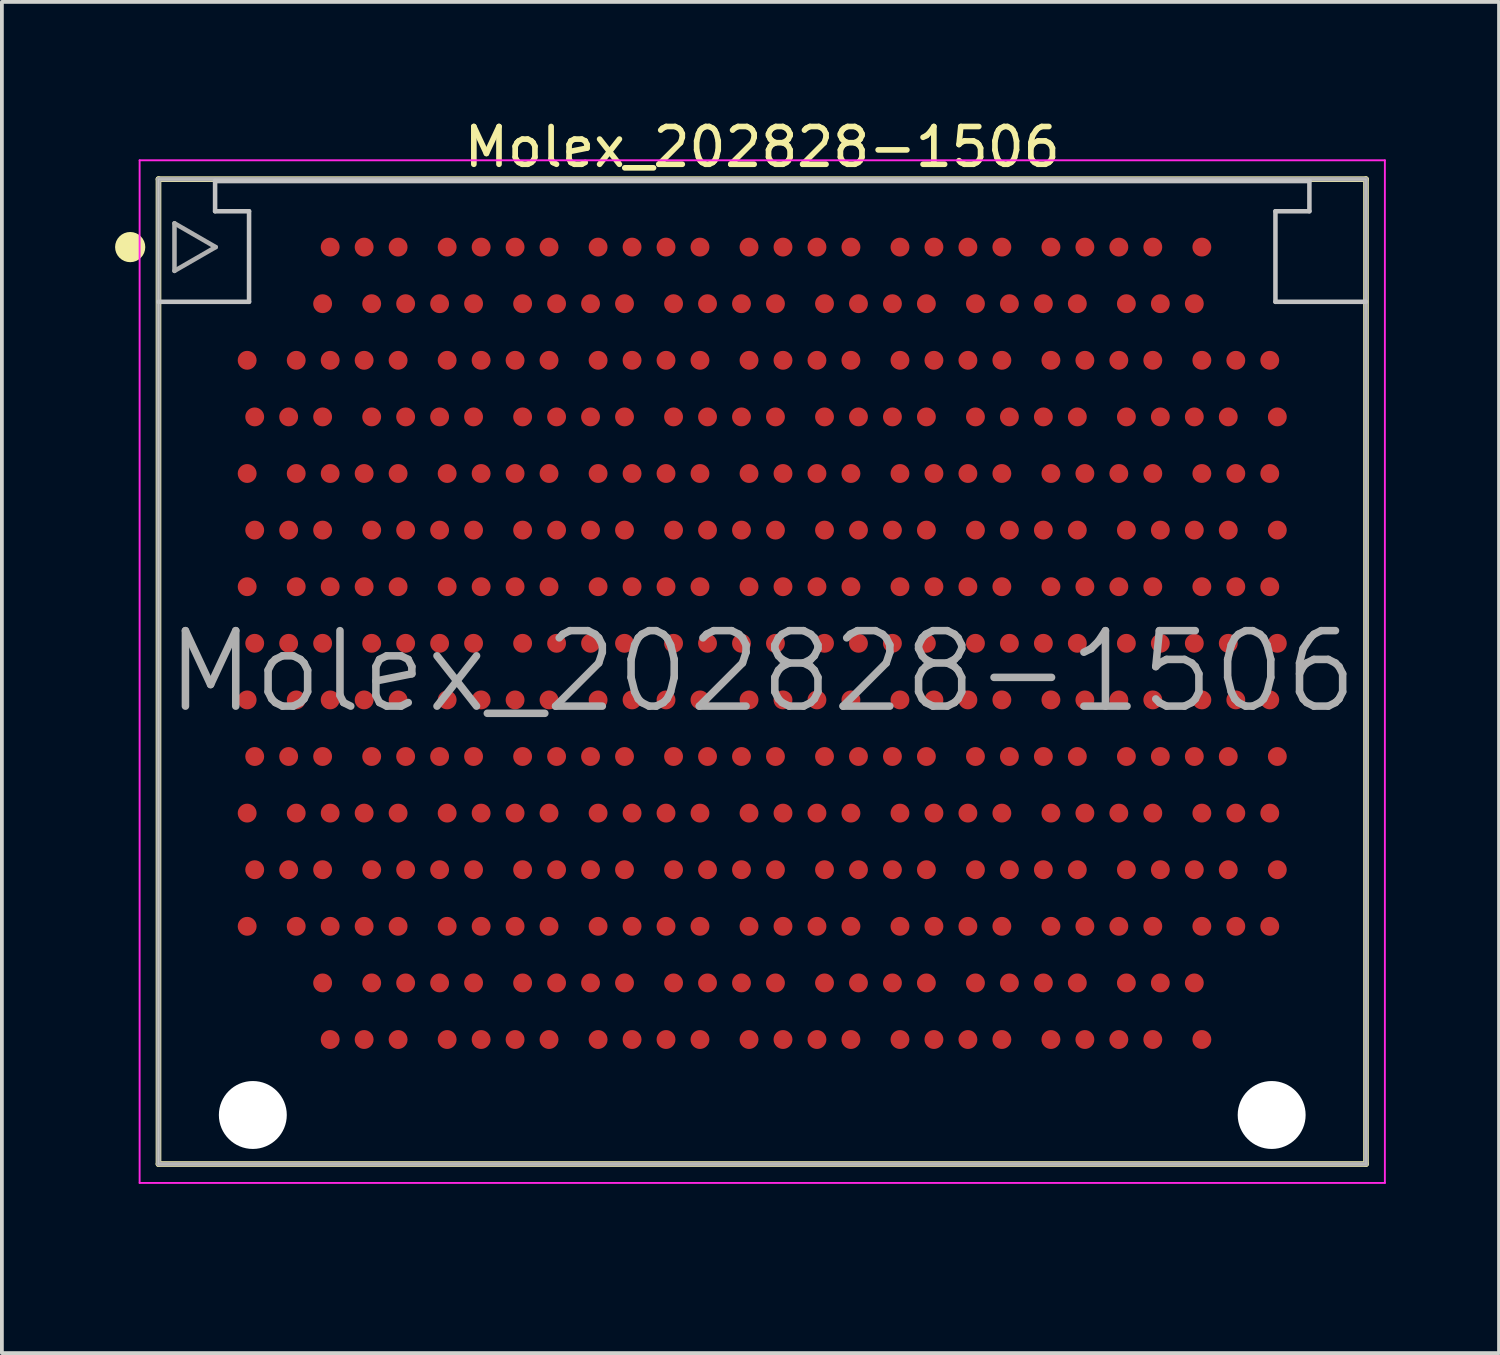
<source format=kicad_pcb>
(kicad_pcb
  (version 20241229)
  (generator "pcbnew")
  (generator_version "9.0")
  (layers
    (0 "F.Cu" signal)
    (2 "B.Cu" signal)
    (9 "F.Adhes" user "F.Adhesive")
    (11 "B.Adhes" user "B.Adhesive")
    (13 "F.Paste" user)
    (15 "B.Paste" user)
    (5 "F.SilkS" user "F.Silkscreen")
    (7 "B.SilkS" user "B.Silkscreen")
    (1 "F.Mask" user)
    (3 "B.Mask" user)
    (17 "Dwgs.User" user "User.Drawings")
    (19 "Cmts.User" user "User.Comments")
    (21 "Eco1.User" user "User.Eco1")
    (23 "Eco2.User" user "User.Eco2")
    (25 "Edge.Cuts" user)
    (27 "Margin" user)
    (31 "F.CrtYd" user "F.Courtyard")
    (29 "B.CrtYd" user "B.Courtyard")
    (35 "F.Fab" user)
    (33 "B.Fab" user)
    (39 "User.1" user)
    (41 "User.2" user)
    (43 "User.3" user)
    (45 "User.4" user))
  (footprint "Molex_202828-1506"
    (layer "F.Cu")
    (at 17.15 14.748)
    (property "Reference" "Molex_202828-1506" (at 0 -13.9 0) (layer "F.SilkS") (effects (font (size 1 1) (thickness 0.15))))
    (attr smd)
    (fp_line (start -16 -13.05) (end 16 -13.05) (stroke (width 0.15) (type solid)) (layer "F.SilkS"))
    (fp_line (start -16 13.05) (end -16 -13.05) (stroke (width 0.15) (type solid)) (layer "F.SilkS"))
    (fp_line (start 16 -13.05) (end 16 13.05) (stroke (width 0.15) (type solid)) (layer "F.SilkS"))
    (fp_line (start 16 13.05) (end -16 13.05) (stroke (width 0.15) (type solid)) (layer "F.SilkS"))
    (fp_circle (center -16.75 -11.25) (end -16.75 -11.05) (stroke (width 0.4) (type solid)) (fill no) (layer "F.SilkS"))
    (fp_line (start -16 -13.05) (end 16 -13.05) (stroke (width 0.025) (type solid)) (layer "Dwgs.User"))
    (fp_line (start -16 -9.8) (end -13.6 -9.8) (stroke (width 0.12) (type solid)) (layer "Dwgs.User"))
    (fp_line (start -16 13.05) (end -16 -13.05) (stroke (width 0.025) (type solid)) (layer "Dwgs.User"))
    (fp_line (start -14.5 -13) (end 14.5 -13) (stroke (width 0.12) (type solid)) (layer "Dwgs.User"))
    (fp_line (start -14.5 -12.2) (end -14.5 -13) (stroke (width 0.12) (type solid)) (layer "Dwgs.User"))
    (fp_line (start -13.6 -12.2) (end -14.5 -12.2) (stroke (width 0.12) (type solid)) (layer "Dwgs.User"))
    (fp_line (start -13.6 -9.8) (end -13.6 -12.2) (stroke (width 0.12) (type solid)) (layer "Dwgs.User"))
    (fp_line (start 13.6 -12.2) (end 14.5 -12.2) (stroke (width 0.12) (type solid)) (layer "Dwgs.User"))
    (fp_line (start 13.6 -9.8) (end 13.6 -12.2) (stroke (width 0.12) (type solid)) (layer "Dwgs.User"))
    (fp_line (start 14.5 -12.2) (end 14.5 -13) (stroke (width 0.12) (type solid)) (layer "Dwgs.User"))
    (fp_line (start 16 -13.05) (end 16 13.05) (stroke (width 0.025) (type solid)) (layer "Dwgs.User"))
    (fp_line (start 16 -9.8) (end 13.6 -9.8) (stroke (width 0.12) (type solid)) (layer "Dwgs.User"))
    (fp_line (start 16 13.05) (end -16 13.05) (stroke (width 0.025) (type solid)) (layer "Dwgs.User"))
    (fp_line (start -16 11.75) (end -16 -11.1) (stroke (width 0.12) (type solid)) (layer "Eco1.User"))
    (fp_line (start -16 11.75) (end -13.55 11.75) (stroke (width 0.12) (type solid)) (layer "Eco1.User"))
    (fp_line (start -14.45 14.15) (end -14.45 15) (stroke (width 0.12) (type solid)) (layer "Eco1.User"))
    (fp_line (start -13.55 11.75) (end -13.55 14.15) (stroke (width 0.12) (type solid)) (layer "Eco1.User"))
    (fp_line (start -13.55 14.15) (end -14.45 14.15) (stroke (width 0.12) (type solid)) (layer "Eco1.User"))
    (fp_line (start 13.55 11.75) (end 13.55 14.15) (stroke (width 0.12) (type solid)) (layer "Eco1.User"))
    (fp_line (start 13.55 14.15) (end 14.45 14.15) (stroke (width 0.12) (type solid)) (layer "Eco1.User"))
    (fp_line (start 14.45 14.15) (end 14.45 15) (stroke (width 0.12) (type solid)) (layer "Eco1.User"))
    (fp_line (start 14.45 15) (end -14.45 15) (stroke (width 0.12) (type solid)) (layer "Eco1.User"))
    (fp_line (start 15.95 11.75) (end 13.55 11.75) (stroke (width 0.12) (type solid)) (layer "Eco1.User"))
    (fp_line (start 16 -11.1) (end -16 -11.1) (stroke (width 0.12) (type solid)) (layer "Eco1.User"))
    (fp_line (start 16 11.75) (end 16 -11.1) (stroke (width 0.12) (type solid)) (layer "Eco1.User"))
    (fp_circle (center -13.5 -9.8) (end -12.6 -9.8) (stroke (width 0.12) (type solid)) (fill no) (layer "Eco1.User"))
    (fp_circle (center 13.5 -9.8) (end 14.4 -9.8) (stroke (width 0.12) (type solid)) (fill no) (layer "Eco1.User"))
    (fp_line (start -16.5 -13.55) (end -16.5 13.55) (stroke (width 0.05) (type solid)) (layer "F.CrtYd"))
    (fp_line (start -16.5 13.55) (end 16.5 13.55) (stroke (width 0.05) (type solid)) (layer "F.CrtYd"))
    (fp_line (start 16.5 -13.55) (end -16.5 -13.55) (stroke (width 0.05) (type solid)) (layer "F.CrtYd"))
    (fp_line (start 16.5 13.55) (end 16.5 -13.55) (stroke (width 0.05) (type solid)) (layer "F.CrtYd"))
    (fp_line (start -16 -13.05) (end 16 -13.05) (stroke (width 0.12) (type solid)) (layer "F.Fab"))
    (fp_line (start -16 13.05) (end -16 -13.05) (stroke (width 0.12) (type solid)) (layer "F.Fab"))
    (fp_line (start -15.576 -11.88) (end -15.576 -10.62) (stroke (width 0.12) (type solid)) (layer "F.Fab"))
    (fp_line (start -15.576 -10.62) (end -14.485 -11.25) (stroke (width 0.12) (type solid)) (layer "F.Fab"))
    (fp_line (start -14.485 -11.25) (end -15.576 -11.88) (stroke (width 0.12) (type solid)) (layer "F.Fab"))
    (fp_line (start 16 -13.05) (end 16 13.05) (stroke (width 0.12) (type solid)) (layer "F.Fab"))
    (fp_line (start 16 13.05) (end -16 13.05) (stroke (width 0.12) (type solid)) (layer "F.Fab"))
    (fp_text user "${REFERENCE}" (at 0 0 0) (layer "F.Fab") (effects (font (size 2 2) (thickness 0.2))))
    (pad "" np_thru_hole circle (at -13.5 11.75) (size 1.8 1.8) (drill 1.8) (layers "*.Cu" "*.Mask"))
    (pad "" np_thru_hole circle (at 13.5 11.75) (size 1.8 1.8) (drill 1.8) (layers "*.Cu" "*.Mask"))
    (pad "A3" smd circle (at -11.45 -11.25) (size 0.5 0.5) (layers "F.Cu" "F.Mask" "F.Paste"))
    (pad "A4" smd circle (at -10.55 -11.25) (size 0.5 0.5) (layers "F.Cu" "F.Mask" "F.Paste"))
    (pad "A5" smd circle (at -9.65 -11.25) (size 0.5 0.5) (layers "F.Cu" "F.Mask" "F.Paste"))
    (pad "A6" smd circle (at -8.35 -11.25) (size 0.5 0.5) (layers "F.Cu" "F.Mask" "F.Paste"))
    (pad "A7" smd circle (at -7.45 -11.25) (size 0.5 0.5) (layers "F.Cu" "F.Mask" "F.Paste"))
    (pad "A8" smd circle (at -6.55 -11.25) (size 0.5 0.5) (layers "F.Cu" "F.Mask" "F.Paste"))
    (pad "A9" smd circle (at -5.65 -11.25) (size 0.5 0.5) (layers "F.Cu" "F.Mask" "F.Paste"))
    (pad "A10" smd circle (at -4.35 -11.25) (size 0.5 0.5) (layers "F.Cu" "F.Mask" "F.Paste"))
    (pad "A11" smd circle (at -3.45 -11.25) (size 0.5 0.5) (layers "F.Cu" "F.Mask" "F.Paste"))
    (pad "A12" smd circle (at -2.55 -11.25) (size 0.5 0.5) (layers "F.Cu" "F.Mask" "F.Paste"))
    (pad "A13" smd circle (at -1.65 -11.25) (size 0.5 0.5) (layers "F.Cu" "F.Mask" "F.Paste"))
    (pad "A14" smd circle (at -0.35 -11.25) (size 0.5 0.5) (layers "F.Cu" "F.Mask" "F.Paste"))
    (pad "A15" smd circle (at 0.55 -11.25) (size 0.5 0.5) (layers "F.Cu" "F.Mask" "F.Paste"))
    (pad "A16" smd circle (at 1.45 -11.25) (size 0.5 0.5) (layers "F.Cu" "F.Mask" "F.Paste"))
    (pad "A17" smd circle (at 2.35 -11.25) (size 0.5 0.5) (layers "F.Cu" "F.Mask" "F.Paste"))
    (pad "A18" smd circle (at 3.65 -11.25) (size 0.5 0.5) (layers "F.Cu" "F.Mask" "F.Paste"))
    (pad "A19" smd circle (at 4.55 -11.25) (size 0.5 0.5) (layers "F.Cu" "F.Mask" "F.Paste"))
    (pad "A20" smd circle (at 5.45 -11.25) (size 0.5 0.5) (layers "F.Cu" "F.Mask" "F.Paste"))
    (pad "A21" smd circle (at 6.35 -11.25) (size 0.5 0.5) (layers "F.Cu" "F.Mask" "F.Paste"))
    (pad "A22" smd circle (at 7.65 -11.25) (size 0.5 0.5) (layers "F.Cu" "F.Mask" "F.Paste"))
    (pad "A23" smd circle (at 8.55 -11.25) (size 0.5 0.5) (layers "F.Cu" "F.Mask" "F.Paste"))
    (pad "A24" smd circle (at 9.45 -11.25) (size 0.5 0.5) (layers "F.Cu" "F.Mask" "F.Paste"))
    (pad "A25" smd circle (at 10.35 -11.25) (size 0.5 0.5) (layers "F.Cu" "F.Mask" "F.Paste"))
    (pad "A26" smd circle (at 11.65 -11.25) (size 0.5 0.5) (layers "F.Cu" "F.Mask" "F.Paste"))
    (pad "B3" smd circle (at -11.65 -9.75) (size 0.5 0.5) (layers "F.Cu" "F.Mask" "F.Paste"))
    (pad "B4" smd circle (at -10.35 -9.75) (size 0.5 0.5) (layers "F.Cu" "F.Mask" "F.Paste"))
    (pad "B5" smd circle (at -9.45 -9.75) (size 0.5 0.5) (layers "F.Cu" "F.Mask" "F.Paste"))
    (pad "B6" smd circle (at -8.55 -9.75) (size 0.5 0.5) (layers "F.Cu" "F.Mask" "F.Paste"))
    (pad "B7" smd circle (at -7.65 -9.75) (size 0.5 0.5) (layers "F.Cu" "F.Mask" "F.Paste"))
    (pad "B8" smd circle (at -6.35 -9.75) (size 0.5 0.5) (layers "F.Cu" "F.Mask" "F.Paste"))
    (pad "B9" smd circle (at -5.45 -9.75) (size 0.5 0.5) (layers "F.Cu" "F.Mask" "F.Paste"))
    (pad "B10" smd circle (at -4.55 -9.75) (size 0.5 0.5) (layers "F.Cu" "F.Mask" "F.Paste"))
    (pad "B11" smd circle (at -3.65 -9.75) (size 0.5 0.5) (layers "F.Cu" "F.Mask" "F.Paste"))
    (pad "B12" smd circle (at -2.35 -9.75) (size 0.5 0.5) (layers "F.Cu" "F.Mask" "F.Paste"))
    (pad "B13" smd circle (at -1.45 -9.75) (size 0.5 0.5) (layers "F.Cu" "F.Mask" "F.Paste"))
    (pad "B14" smd circle (at -0.55 -9.75) (size 0.5 0.5) (layers "F.Cu" "F.Mask" "F.Paste"))
    (pad "B15" smd circle (at 0.35 -9.75) (size 0.5 0.5) (layers "F.Cu" "F.Mask" "F.Paste"))
    (pad "B16" smd circle (at 1.65 -9.75) (size 0.5 0.5) (layers "F.Cu" "F.Mask" "F.Paste"))
    (pad "B17" smd circle (at 2.55 -9.75) (size 0.5 0.5) (layers "F.Cu" "F.Mask" "F.Paste"))
    (pad "B18" smd circle (at 3.45 -9.75) (size 0.5 0.5) (layers "F.Cu" "F.Mask" "F.Paste"))
    (pad "B19" smd circle (at 4.35 -9.75) (size 0.5 0.5) (layers "F.Cu" "F.Mask" "F.Paste"))
    (pad "B20" smd circle (at 5.65 -9.75) (size 0.5 0.5) (layers "F.Cu" "F.Mask" "F.Paste"))
    (pad "B21" smd circle (at 6.55 -9.75) (size 0.5 0.5) (layers "F.Cu" "F.Mask" "F.Paste"))
    (pad "B22" smd circle (at 7.45 -9.75) (size 0.5 0.5) (layers "F.Cu" "F.Mask" "F.Paste"))
    (pad "B23" smd circle (at 8.35 -9.75) (size 0.5 0.5) (layers "F.Cu" "F.Mask" "F.Paste"))
    (pad "B24" smd circle (at 9.65 -9.75) (size 0.5 0.5) (layers "F.Cu" "F.Mask" "F.Paste"))
    (pad "B25" smd circle (at 10.55 -9.75) (size 0.5 0.5) (layers "F.Cu" "F.Mask" "F.Paste"))
    (pad "B26" smd circle (at 11.45 -9.75) (size 0.5 0.5) (layers "F.Cu" "F.Mask" "F.Paste"))
    (pad "C1" smd circle (at -13.65 -8.25) (size 0.5 0.5) (layers "F.Cu" "F.Mask" "F.Paste"))
    (pad "C2" smd circle (at -12.35 -8.25) (size 0.5 0.5) (layers "F.Cu" "F.Mask" "F.Paste"))
    (pad "C3" smd circle (at -11.45 -8.25) (size 0.5 0.5) (layers "F.Cu" "F.Mask" "F.Paste"))
    (pad "C4" smd circle (at -10.55 -8.25) (size 0.5 0.5) (layers "F.Cu" "F.Mask" "F.Paste"))
    (pad "C5" smd circle (at -9.65 -8.25) (size 0.5 0.5) (layers "F.Cu" "F.Mask" "F.Paste"))
    (pad "C6" smd circle (at -8.35 -8.25) (size 0.5 0.5) (layers "F.Cu" "F.Mask" "F.Paste"))
    (pad "C7" smd circle (at -7.45 -8.25) (size 0.5 0.5) (layers "F.Cu" "F.Mask" "F.Paste"))
    (pad "C8" smd circle (at -6.55 -8.25) (size 0.5 0.5) (layers "F.Cu" "F.Mask" "F.Paste"))
    (pad "C9" smd circle (at -5.65 -8.25) (size 0.5 0.5) (layers "F.Cu" "F.Mask" "F.Paste"))
    (pad "C10" smd circle (at -4.35 -8.25) (size 0.5 0.5) (layers "F.Cu" "F.Mask" "F.Paste"))
    (pad "C11" smd circle (at -3.45 -8.25) (size 0.5 0.5) (layers "F.Cu" "F.Mask" "F.Paste"))
    (pad "C12" smd circle (at -2.55 -8.25) (size 0.5 0.5) (layers "F.Cu" "F.Mask" "F.Paste"))
    (pad "C13" smd circle (at -1.65 -8.25) (size 0.5 0.5) (layers "F.Cu" "F.Mask" "F.Paste"))
    (pad "C14" smd circle (at -0.35 -8.25) (size 0.5 0.5) (layers "F.Cu" "F.Mask" "F.Paste"))
    (pad "C15" smd circle (at 0.55 -8.25) (size 0.5 0.5) (layers "F.Cu" "F.Mask" "F.Paste"))
    (pad "C16" smd circle (at 1.45 -8.25) (size 0.5 0.5) (layers "F.Cu" "F.Mask" "F.Paste"))
    (pad "C17" smd circle (at 2.35 -8.25) (size 0.5 0.5) (layers "F.Cu" "F.Mask" "F.Paste"))
    (pad "C18" smd circle (at 3.65 -8.25) (size 0.5 0.5) (layers "F.Cu" "F.Mask" "F.Paste"))
    (pad "C19" smd circle (at 4.55 -8.25) (size 0.5 0.5) (layers "F.Cu" "F.Mask" "F.Paste"))
    (pad "C20" smd circle (at 5.45 -8.25) (size 0.5 0.5) (layers "F.Cu" "F.Mask" "F.Paste"))
    (pad "C21" smd circle (at 6.35 -8.25) (size 0.5 0.5) (layers "F.Cu" "F.Mask" "F.Paste"))
    (pad "C22" smd circle (at 7.65 -8.25) (size 0.5 0.5) (layers "F.Cu" "F.Mask" "F.Paste"))
    (pad "C23" smd circle (at 8.55 -8.25) (size 0.5 0.5) (layers "F.Cu" "F.Mask" "F.Paste"))
    (pad "C24" smd circle (at 9.45 -8.25) (size 0.5 0.5) (layers "F.Cu" "F.Mask" "F.Paste"))
    (pad "C25" smd circle (at 10.35 -8.25) (size 0.5 0.5) (layers "F.Cu" "F.Mask" "F.Paste"))
    (pad "C26" smd circle (at 11.65 -8.25) (size 0.5 0.5) (layers "F.Cu" "F.Mask" "F.Paste"))
    (pad "C27" smd circle (at 12.55 -8.25) (size 0.5 0.5) (layers "F.Cu" "F.Mask" "F.Paste"))
    (pad "C28" smd circle (at 13.45 -8.25) (size 0.5 0.5) (layers "F.Cu" "F.Mask" "F.Paste"))
    (pad "D1" smd circle (at -13.45 -6.75) (size 0.5 0.5) (layers "F.Cu" "F.Mask" "F.Paste"))
    (pad "D2" smd circle (at -12.55 -6.75) (size 0.5 0.5) (layers "F.Cu" "F.Mask" "F.Paste"))
    (pad "D3" smd circle (at -11.65 -6.75) (size 0.5 0.5) (layers "F.Cu" "F.Mask" "F.Paste"))
    (pad "D4" smd circle (at -10.35 -6.75) (size 0.5 0.5) (layers "F.Cu" "F.Mask" "F.Paste"))
    (pad "D5" smd circle (at -9.45 -6.75) (size 0.5 0.5) (layers "F.Cu" "F.Mask" "F.Paste"))
    (pad "D6" smd circle (at -8.55 -6.75) (size 0.5 0.5) (layers "F.Cu" "F.Mask" "F.Paste"))
    (pad "D7" smd circle (at -7.65 -6.75) (size 0.5 0.5) (layers "F.Cu" "F.Mask" "F.Paste"))
    (pad "D8" smd circle (at -6.35 -6.75) (size 0.5 0.5) (layers "F.Cu" "F.Mask" "F.Paste"))
    (pad "D9" smd circle (at -5.45 -6.75) (size 0.5 0.5) (layers "F.Cu" "F.Mask" "F.Paste"))
    (pad "D10" smd circle (at -4.55 -6.75) (size 0.5 0.5) (layers "F.Cu" "F.Mask" "F.Paste"))
    (pad "D11" smd circle (at -3.65 -6.75) (size 0.5 0.5) (layers "F.Cu" "F.Mask" "F.Paste"))
    (pad "D12" smd circle (at -2.35 -6.75) (size 0.5 0.5) (layers "F.Cu" "F.Mask" "F.Paste"))
    (pad "D13" smd circle (at -1.45 -6.75) (size 0.5 0.5) (layers "F.Cu" "F.Mask" "F.Paste"))
    (pad "D14" smd circle (at -0.55 -6.75) (size 0.5 0.5) (layers "F.Cu" "F.Mask" "F.Paste"))
    (pad "D15" smd circle (at 0.35 -6.75) (size 0.5 0.5) (layers "F.Cu" "F.Mask" "F.Paste"))
    (pad "D16" smd circle (at 1.65 -6.75) (size 0.5 0.5) (layers "F.Cu" "F.Mask" "F.Paste"))
    (pad "D17" smd circle (at 2.55 -6.75) (size 0.5 0.5) (layers "F.Cu" "F.Mask" "F.Paste"))
    (pad "D18" smd circle (at 3.45 -6.75) (size 0.5 0.5) (layers "F.Cu" "F.Mask" "F.Paste"))
    (pad "D19" smd circle (at 4.35 -6.75) (size 0.5 0.5) (layers "F.Cu" "F.Mask" "F.Paste"))
    (pad "D20" smd circle (at 5.65 -6.75) (size 0.5 0.5) (layers "F.Cu" "F.Mask" "F.Paste"))
    (pad "D21" smd circle (at 6.55 -6.75) (size 0.5 0.5) (layers "F.Cu" "F.Mask" "F.Paste"))
    (pad "D22" smd circle (at 7.45 -6.75) (size 0.5 0.5) (layers "F.Cu" "F.Mask" "F.Paste"))
    (pad "D23" smd circle (at 8.35 -6.75) (size 0.5 0.5) (layers "F.Cu" "F.Mask" "F.Paste"))
    (pad "D24" smd circle (at 9.65 -6.75) (size 0.5 0.5) (layers "F.Cu" "F.Mask" "F.Paste"))
    (pad "D25" smd circle (at 10.55 -6.75) (size 0.5 0.5) (layers "F.Cu" "F.Mask" "F.Paste"))
    (pad "D26" smd circle (at 11.45 -6.75) (size 0.5 0.5) (layers "F.Cu" "F.Mask" "F.Paste"))
    (pad "D27" smd circle (at 12.35 -6.75) (size 0.5 0.5) (layers "F.Cu" "F.Mask" "F.Paste"))
    (pad "D28" smd circle (at 13.65 -6.75) (size 0.5 0.5) (layers "F.Cu" "F.Mask" "F.Paste"))
    (pad "E1" smd circle (at -13.65 -5.25) (size 0.5 0.5) (layers "F.Cu" "F.Mask" "F.Paste"))
    (pad "E2" smd circle (at -12.35 -5.25) (size 0.5 0.5) (layers "F.Cu" "F.Mask" "F.Paste"))
    (pad "E3" smd circle (at -11.45 -5.25) (size 0.5 0.5) (layers "F.Cu" "F.Mask" "F.Paste"))
    (pad "E4" smd circle (at -10.55 -5.25) (size 0.5 0.5) (layers "F.Cu" "F.Mask" "F.Paste"))
    (pad "E5" smd circle (at -9.65 -5.25) (size 0.5 0.5) (layers "F.Cu" "F.Mask" "F.Paste"))
    (pad "E6" smd circle (at -8.35 -5.25) (size 0.5 0.5) (layers "F.Cu" "F.Mask" "F.Paste"))
    (pad "E7" smd circle (at -7.45 -5.25) (size 0.5 0.5) (layers "F.Cu" "F.Mask" "F.Paste"))
    (pad "E8" smd circle (at -6.55 -5.25) (size 0.5 0.5) (layers "F.Cu" "F.Mask" "F.Paste"))
    (pad "E9" smd circle (at -5.65 -5.25) (size 0.5 0.5) (layers "F.Cu" "F.Mask" "F.Paste"))
    (pad "E10" smd circle (at -4.35 -5.25) (size 0.5 0.5) (layers "F.Cu" "F.Mask" "F.Paste"))
    (pad "E11" smd circle (at -3.45 -5.25) (size 0.5 0.5) (layers "F.Cu" "F.Mask" "F.Paste"))
    (pad "E12" smd circle (at -2.55 -5.25) (size 0.5 0.5) (layers "F.Cu" "F.Mask" "F.Paste"))
    (pad "E13" smd circle (at -1.65 -5.25) (size 0.5 0.5) (layers "F.Cu" "F.Mask" "F.Paste"))
    (pad "E14" smd circle (at -0.35 -5.25) (size 0.5 0.5) (layers "F.Cu" "F.Mask" "F.Paste"))
    (pad "E15" smd circle (at 0.55 -5.25) (size 0.5 0.5) (layers "F.Cu" "F.Mask" "F.Paste"))
    (pad "E16" smd circle (at 1.45 -5.25) (size 0.5 0.5) (layers "F.Cu" "F.Mask" "F.Paste"))
    (pad "E17" smd circle (at 2.35 -5.25) (size 0.5 0.5) (layers "F.Cu" "F.Mask" "F.Paste"))
    (pad "E18" smd circle (at 3.65 -5.25) (size 0.5 0.5) (layers "F.Cu" "F.Mask" "F.Paste"))
    (pad "E19" smd circle (at 4.55 -5.25) (size 0.5 0.5) (layers "F.Cu" "F.Mask" "F.Paste"))
    (pad "E20" smd circle (at 5.45 -5.25) (size 0.5 0.5) (layers "F.Cu" "F.Mask" "F.Paste"))
    (pad "E21" smd circle (at 6.35 -5.25) (size 0.5 0.5) (layers "F.Cu" "F.Mask" "F.Paste"))
    (pad "E22" smd circle (at 7.65 -5.25) (size 0.5 0.5) (layers "F.Cu" "F.Mask" "F.Paste"))
    (pad "E23" smd circle (at 8.55 -5.25) (size 0.5 0.5) (layers "F.Cu" "F.Mask" "F.Paste"))
    (pad "E24" smd circle (at 9.45 -5.25) (size 0.5 0.5) (layers "F.Cu" "F.Mask" "F.Paste"))
    (pad "E25" smd circle (at 10.35 -5.25) (size 0.5 0.5) (layers "F.Cu" "F.Mask" "F.Paste"))
    (pad "E26" smd circle (at 11.65 -5.25) (size 0.5 0.5) (layers "F.Cu" "F.Mask" "F.Paste"))
    (pad "E27" smd circle (at 12.55 -5.25) (size 0.5 0.5) (layers "F.Cu" "F.Mask" "F.Paste"))
    (pad "E28" smd circle (at 13.45 -5.25) (size 0.5 0.5) (layers "F.Cu" "F.Mask" "F.Paste"))
    (pad "F1" smd circle (at -13.45 -3.75) (size 0.5 0.5) (layers "F.Cu" "F.Mask" "F.Paste"))
    (pad "F2" smd circle (at -12.55 -3.75) (size 0.5 0.5) (layers "F.Cu" "F.Mask" "F.Paste"))
    (pad "F3" smd circle (at -11.65 -3.75) (size 0.5 0.5) (layers "F.Cu" "F.Mask" "F.Paste"))
    (pad "F4" smd circle (at -10.35 -3.75) (size 0.5 0.5) (layers "F.Cu" "F.Mask" "F.Paste"))
    (pad "F5" smd circle (at -9.45 -3.75) (size 0.5 0.5) (layers "F.Cu" "F.Mask" "F.Paste"))
    (pad "F6" smd circle (at -8.55 -3.75) (size 0.5 0.5) (layers "F.Cu" "F.Mask" "F.Paste"))
    (pad "F7" smd circle (at -7.65 -3.75) (size 0.5 0.5) (layers "F.Cu" "F.Mask" "F.Paste"))
    (pad "F8" smd circle (at -6.35 -3.75) (size 0.5 0.5) (layers "F.Cu" "F.Mask" "F.Paste"))
    (pad "F9" smd circle (at -5.45 -3.75) (size 0.5 0.5) (layers "F.Cu" "F.Mask" "F.Paste"))
    (pad "F10" smd circle (at -4.55 -3.75) (size 0.5 0.5) (layers "F.Cu" "F.Mask" "F.Paste"))
    (pad "F11" smd circle (at -3.65 -3.75) (size 0.5 0.5) (layers "F.Cu" "F.Mask" "F.Paste"))
    (pad "F12" smd circle (at -2.35 -3.75) (size 0.5 0.5) (layers "F.Cu" "F.Mask" "F.Paste"))
    (pad "F13" smd circle (at -1.45 -3.75) (size 0.5 0.5) (layers "F.Cu" "F.Mask" "F.Paste"))
    (pad "F14" smd circle (at -0.55 -3.75) (size 0.5 0.5) (layers "F.Cu" "F.Mask" "F.Paste"))
    (pad "F15" smd circle (at 0.35 -3.75) (size 0.5 0.5) (layers "F.Cu" "F.Mask" "F.Paste"))
    (pad "F16" smd circle (at 1.65 -3.75) (size 0.5 0.5) (layers "F.Cu" "F.Mask" "F.Paste"))
    (pad "F17" smd circle (at 2.55 -3.75) (size 0.5 0.5) (layers "F.Cu" "F.Mask" "F.Paste"))
    (pad "F18" smd circle (at 3.45 -3.75) (size 0.5 0.5) (layers "F.Cu" "F.Mask" "F.Paste"))
    (pad "F19" smd circle (at 4.35 -3.75) (size 0.5 0.5) (layers "F.Cu" "F.Mask" "F.Paste"))
    (pad "F20" smd circle (at 5.65 -3.75) (size 0.5 0.5) (layers "F.Cu" "F.Mask" "F.Paste"))
    (pad "F21" smd circle (at 6.55 -3.75) (size 0.5 0.5) (layers "F.Cu" "F.Mask" "F.Paste"))
    (pad "F22" smd circle (at 7.45 -3.75) (size 0.5 0.5) (layers "F.Cu" "F.Mask" "F.Paste"))
    (pad "F23" smd circle (at 8.35 -3.75) (size 0.5 0.5) (layers "F.Cu" "F.Mask" "F.Paste"))
    (pad "F24" smd circle (at 9.65 -3.75) (size 0.5 0.5) (layers "F.Cu" "F.Mask" "F.Paste"))
    (pad "F25" smd circle (at 10.55 -3.75) (size 0.5 0.5) (layers "F.Cu" "F.Mask" "F.Paste"))
    (pad "F26" smd circle (at 11.45 -3.75) (size 0.5 0.5) (layers "F.Cu" "F.Mask" "F.Paste"))
    (pad "F27" smd circle (at 12.35 -3.75) (size 0.5 0.5) (layers "F.Cu" "F.Mask" "F.Paste"))
    (pad "F28" smd circle (at 13.65 -3.75) (size 0.5 0.5) (layers "F.Cu" "F.Mask" "F.Paste"))
    (pad "G1" smd circle (at -13.65 -2.25) (size 0.5 0.5) (layers "F.Cu" "F.Mask" "F.Paste"))
    (pad "G2" smd circle (at -12.35 -2.25) (size 0.5 0.5) (layers "F.Cu" "F.Mask" "F.Paste"))
    (pad "G3" smd circle (at -11.45 -2.25) (size 0.5 0.5) (layers "F.Cu" "F.Mask" "F.Paste"))
    (pad "G4" smd circle (at -10.55 -2.25) (size 0.5 0.5) (layers "F.Cu" "F.Mask" "F.Paste"))
    (pad "G5" smd circle (at -9.65 -2.25) (size 0.5 0.5) (layers "F.Cu" "F.Mask" "F.Paste"))
    (pad "G6" smd circle (at -8.35 -2.25) (size 0.5 0.5) (layers "F.Cu" "F.Mask" "F.Paste"))
    (pad "G7" smd circle (at -7.45 -2.25) (size 0.5 0.5) (layers "F.Cu" "F.Mask" "F.Paste"))
    (pad "G8" smd circle (at -6.55 -2.25) (size 0.5 0.5) (layers "F.Cu" "F.Mask" "F.Paste"))
    (pad "G9" smd circle (at -5.65 -2.25) (size 0.5 0.5) (layers "F.Cu" "F.Mask" "F.Paste"))
    (pad "G10" smd circle (at -4.35 -2.25) (size 0.5 0.5) (layers "F.Cu" "F.Mask" "F.Paste"))
    (pad "G11" smd circle (at -3.45 -2.25) (size 0.5 0.5) (layers "F.Cu" "F.Mask" "F.Paste"))
    (pad "G12" smd circle (at -2.55 -2.25) (size 0.5 0.5) (layers "F.Cu" "F.Mask" "F.Paste"))
    (pad "G13" smd circle (at -1.65 -2.25) (size 0.5 0.5) (layers "F.Cu" "F.Mask" "F.Paste"))
    (pad "G14" smd circle (at -0.35 -2.25) (size 0.5 0.5) (layers "F.Cu" "F.Mask" "F.Paste"))
    (pad "G15" smd circle (at 0.55 -2.25) (size 0.5 0.5) (layers "F.Cu" "F.Mask" "F.Paste"))
    (pad "G16" smd circle (at 1.45 -2.25) (size 0.5 0.5) (layers "F.Cu" "F.Mask" "F.Paste"))
    (pad "G17" smd circle (at 2.35 -2.25) (size 0.5 0.5) (layers "F.Cu" "F.Mask" "F.Paste"))
    (pad "G18" smd circle (at 3.65 -2.25) (size 0.5 0.5) (layers "F.Cu" "F.Mask" "F.Paste"))
    (pad "G19" smd circle (at 4.55 -2.25) (size 0.5 0.5) (layers "F.Cu" "F.Mask" "F.Paste"))
    (pad "G20" smd circle (at 5.45 -2.25) (size 0.5 0.5) (layers "F.Cu" "F.Mask" "F.Paste"))
    (pad "G21" smd circle (at 6.35 -2.25) (size 0.5 0.5) (layers "F.Cu" "F.Mask" "F.Paste"))
    (pad "G22" smd circle (at 7.65 -2.25) (size 0.5 0.5) (layers "F.Cu" "F.Mask" "F.Paste"))
    (pad "G23" smd circle (at 8.55 -2.25) (size 0.5 0.5) (layers "F.Cu" "F.Mask" "F.Paste"))
    (pad "G24" smd circle (at 9.45 -2.25) (size 0.5 0.5) (layers "F.Cu" "F.Mask" "F.Paste"))
    (pad "G25" smd circle (at 10.35 -2.25) (size 0.5 0.5) (layers "F.Cu" "F.Mask" "F.Paste"))
    (pad "G26" smd circle (at 11.65 -2.25) (size 0.5 0.5) (layers "F.Cu" "F.Mask" "F.Paste"))
    (pad "G27" smd circle (at 12.55 -2.25) (size 0.5 0.5) (layers "F.Cu" "F.Mask" "F.Paste"))
    (pad "G28" smd circle (at 13.45 -2.25) (size 0.5 0.5) (layers "F.Cu" "F.Mask" "F.Paste"))
    (pad "H1" smd circle (at -13.45 -0.75) (size 0.5 0.5) (layers "F.Cu" "F.Mask" "F.Paste"))
    (pad "H2" smd circle (at -12.55 -0.75) (size 0.5 0.5) (layers "F.Cu" "F.Mask" "F.Paste"))
    (pad "H3" smd circle (at -11.65 -0.75) (size 0.5 0.5) (layers "F.Cu" "F.Mask" "F.Paste"))
    (pad "H4" smd circle (at -10.35 -0.75) (size 0.5 0.5) (layers "F.Cu" "F.Mask" "F.Paste"))
    (pad "H5" smd circle (at -9.45 -0.75) (size 0.5 0.5) (layers "F.Cu" "F.Mask" "F.Paste"))
    (pad "H6" smd circle (at -8.55 -0.75) (size 0.5 0.5) (layers "F.Cu" "F.Mask" "F.Paste"))
    (pad "H7" smd circle (at -7.65 -0.75) (size 0.5 0.5) (layers "F.Cu" "F.Mask" "F.Paste"))
    (pad "H8" smd circle (at -6.35 -0.75) (size 0.5 0.5) (layers "F.Cu" "F.Mask" "F.Paste"))
    (pad "H9" smd circle (at -5.45 -0.75) (size 0.5 0.5) (layers "F.Cu" "F.Mask" "F.Paste"))
    (pad "H10" smd circle (at -4.55 -0.75) (size 0.5 0.5) (layers "F.Cu" "F.Mask" "F.Paste"))
    (pad "H11" smd circle (at -3.65 -0.75) (size 0.5 0.5) (layers "F.Cu" "F.Mask" "F.Paste"))
    (pad "H12" smd circle (at -2.35 -0.75) (size 0.5 0.5) (layers "F.Cu" "F.Mask" "F.Paste"))
    (pad "H13" smd circle (at -1.45 -0.75) (size 0.5 0.5) (layers "F.Cu" "F.Mask" "F.Paste"))
    (pad "H14" smd circle (at -0.55 -0.75) (size 0.5 0.5) (layers "F.Cu" "F.Mask" "F.Paste"))
    (pad "H15" smd circle (at 0.35 -0.75) (size 0.5 0.5) (layers "F.Cu" "F.Mask" "F.Paste"))
    (pad "H16" smd circle (at 1.65 -0.75) (size 0.5 0.5) (layers "F.Cu" "F.Mask" "F.Paste"))
    (pad "H17" smd circle (at 2.55 -0.75) (size 0.5 0.5) (layers "F.Cu" "F.Mask" "F.Paste"))
    (pad "H18" smd circle (at 3.45 -0.75) (size 0.5 0.5) (layers "F.Cu" "F.Mask" "F.Paste"))
    (pad "H19" smd circle (at 4.35 -0.75) (size 0.5 0.5) (layers "F.Cu" "F.Mask" "F.Paste"))
    (pad "H20" smd circle (at 5.65 -0.75) (size 0.5 0.5) (layers "F.Cu" "F.Mask" "F.Paste"))
    (pad "H21" smd circle (at 6.55 -0.75) (size 0.5 0.5) (layers "F.Cu" "F.Mask" "F.Paste"))
    (pad "H22" smd circle (at 7.45 -0.75) (size 0.5 0.5) (layers "F.Cu" "F.Mask" "F.Paste"))
    (pad "H23" smd circle (at 8.35 -0.75) (size 0.5 0.5) (layers "F.Cu" "F.Mask" "F.Paste"))
    (pad "H24" smd circle (at 9.65 -0.75) (size 0.5 0.5) (layers "F.Cu" "F.Mask" "F.Paste"))
    (pad "H25" smd circle (at 10.55 -0.75) (size 0.5 0.5) (layers "F.Cu" "F.Mask" "F.Paste"))
    (pad "H26" smd circle (at 11.45 -0.75) (size 0.5 0.5) (layers "F.Cu" "F.Mask" "F.Paste"))
    (pad "H27" smd circle (at 12.35 -0.75) (size 0.5 0.5) (layers "F.Cu" "F.Mask" "F.Paste"))
    (pad "H28" smd circle (at 13.65 -0.75) (size 0.5 0.5) (layers "F.Cu" "F.Mask" "F.Paste"))
    (pad "J1" smd circle (at -13.65 0.75) (size 0.5 0.5) (layers "F.Cu" "F.Mask" "F.Paste"))
    (pad "J2" smd circle (at -12.35 0.75) (size 0.5 0.5) (layers "F.Cu" "F.Mask" "F.Paste"))
    (pad "J3" smd circle (at -11.45 0.75) (size 0.5 0.5) (layers "F.Cu" "F.Mask" "F.Paste"))
    (pad "J4" smd circle (at -10.55 0.75) (size 0.5 0.5) (layers "F.Cu" "F.Mask" "F.Paste"))
    (pad "J5" smd circle (at -9.65 0.75) (size 0.5 0.5) (layers "F.Cu" "F.Mask" "F.Paste"))
    (pad "J6" smd circle (at -8.35 0.75) (size 0.5 0.5) (layers "F.Cu" "F.Mask" "F.Paste"))
    (pad "J7" smd circle (at -7.45 0.75) (size 0.5 0.5) (layers "F.Cu" "F.Mask" "F.Paste"))
    (pad "J8" smd circle (at -6.55 0.75) (size 0.5 0.5) (layers "F.Cu" "F.Mask" "F.Paste"))
    (pad "J9" smd circle (at -5.65 0.75) (size 0.5 0.5) (layers "F.Cu" "F.Mask" "F.Paste"))
    (pad "J10" smd circle (at -4.35 0.75) (size 0.5 0.5) (layers "F.Cu" "F.Mask" "F.Paste"))
    (pad "J11" smd circle (at -3.45 0.75) (size 0.5 0.5) (layers "F.Cu" "F.Mask" "F.Paste"))
    (pad "J12" smd circle (at -2.55 0.75) (size 0.5 0.5) (layers "F.Cu" "F.Mask" "F.Paste"))
    (pad "J13" smd circle (at -1.65 0.75) (size 0.5 0.5) (layers "F.Cu" "F.Mask" "F.Paste"))
    (pad "J14" smd circle (at -0.35 0.75) (size 0.5 0.5) (layers "F.Cu" "F.Mask" "F.Paste"))
    (pad "J15" smd circle (at 0.55 0.75) (size 0.5 0.5) (layers "F.Cu" "F.Mask" "F.Paste"))
    (pad "J16" smd circle (at 1.45 0.75) (size 0.5 0.5) (layers "F.Cu" "F.Mask" "F.Paste"))
    (pad "J17" smd circle (at 2.35 0.75) (size 0.5 0.5) (layers "F.Cu" "F.Mask" "F.Paste"))
    (pad "J18" smd circle (at 3.65 0.75) (size 0.5 0.5) (layers "F.Cu" "F.Mask" "F.Paste"))
    (pad "J19" smd circle (at 4.55 0.75) (size 0.5 0.5) (layers "F.Cu" "F.Mask" "F.Paste"))
    (pad "J20" smd circle (at 5.45 0.75) (size 0.5 0.5) (layers "F.Cu" "F.Mask" "F.Paste"))
    (pad "J21" smd circle (at 6.35 0.75) (size 0.5 0.5) (layers "F.Cu" "F.Mask" "F.Paste"))
    (pad "J22" smd circle (at 7.65 0.75) (size 0.5 0.5) (layers "F.Cu" "F.Mask" "F.Paste"))
    (pad "J23" smd circle (at 8.55 0.75) (size 0.5 0.5) (layers "F.Cu" "F.Mask" "F.Paste"))
    (pad "J24" smd circle (at 9.45 0.75) (size 0.5 0.5) (layers "F.Cu" "F.Mask" "F.Paste"))
    (pad "J25" smd circle (at 10.35 0.75) (size 0.5 0.5) (layers "F.Cu" "F.Mask" "F.Paste"))
    (pad "J26" smd circle (at 11.65 0.75) (size 0.5 0.5) (layers "F.Cu" "F.Mask" "F.Paste"))
    (pad "J27" smd circle (at 12.55 0.75) (size 0.5 0.5) (layers "F.Cu" "F.Mask" "F.Paste"))
    (pad "J28" smd circle (at 13.45 0.75) (size 0.5 0.5) (layers "F.Cu" "F.Mask" "F.Paste"))
    (pad "K1" smd circle (at -13.45 2.25) (size 0.5 0.5) (layers "F.Cu" "F.Mask" "F.Paste"))
    (pad "K2" smd circle (at -12.55 2.25) (size 0.5 0.5) (layers "F.Cu" "F.Mask" "F.Paste"))
    (pad "K3" smd circle (at -11.65 2.25) (size 0.5 0.5) (layers "F.Cu" "F.Mask" "F.Paste"))
    (pad "K4" smd circle (at -10.35 2.25) (size 0.5 0.5) (layers "F.Cu" "F.Mask" "F.Paste"))
    (pad "K5" smd circle (at -9.45 2.25) (size 0.5 0.5) (layers "F.Cu" "F.Mask" "F.Paste"))
    (pad "K6" smd circle (at -8.55 2.25) (size 0.5 0.5) (layers "F.Cu" "F.Mask" "F.Paste"))
    (pad "K7" smd circle (at -7.65 2.25) (size 0.5 0.5) (layers "F.Cu" "F.Mask" "F.Paste"))
    (pad "K8" smd circle (at -6.35 2.25) (size 0.5 0.5) (layers "F.Cu" "F.Mask" "F.Paste"))
    (pad "K9" smd circle (at -5.45 2.25) (size 0.5 0.5) (layers "F.Cu" "F.Mask" "F.Paste"))
    (pad "K10" smd circle (at -4.55 2.25) (size 0.5 0.5) (layers "F.Cu" "F.Mask" "F.Paste"))
    (pad "K11" smd circle (at -3.65 2.25) (size 0.5 0.5) (layers "F.Cu" "F.Mask" "F.Paste"))
    (pad "K12" smd circle (at -2.35 2.25) (size 0.5 0.5) (layers "F.Cu" "F.Mask" "F.Paste"))
    (pad "K13" smd circle (at -1.45 2.25) (size 0.5 0.5) (layers "F.Cu" "F.Mask" "F.Paste"))
    (pad "K14" smd circle (at -0.55 2.25) (size 0.5 0.5) (layers "F.Cu" "F.Mask" "F.Paste"))
    (pad "K15" smd circle (at 0.35 2.25) (size 0.5 0.5) (layers "F.Cu" "F.Mask" "F.Paste"))
    (pad "K16" smd circle (at 1.65 2.25) (size 0.5 0.5) (layers "F.Cu" "F.Mask" "F.Paste"))
    (pad "K17" smd circle (at 2.55 2.25) (size 0.5 0.5) (layers "F.Cu" "F.Mask" "F.Paste"))
    (pad "K18" smd circle (at 3.45 2.25) (size 0.5 0.5) (layers "F.Cu" "F.Mask" "F.Paste"))
    (pad "K19" smd circle (at 4.35 2.25) (size 0.5 0.5) (layers "F.Cu" "F.Mask" "F.Paste"))
    (pad "K20" smd circle (at 5.65 2.25) (size 0.5 0.5) (layers "F.Cu" "F.Mask" "F.Paste"))
    (pad "K21" smd circle (at 6.55 2.25) (size 0.5 0.5) (layers "F.Cu" "F.Mask" "F.Paste"))
    (pad "K22" smd circle (at 7.45 2.25) (size 0.5 0.5) (layers "F.Cu" "F.Mask" "F.Paste"))
    (pad "K23" smd circle (at 8.35 2.25) (size 0.5 0.5) (layers "F.Cu" "F.Mask" "F.Paste"))
    (pad "K24" smd circle (at 9.65 2.25) (size 0.5 0.5) (layers "F.Cu" "F.Mask" "F.Paste"))
    (pad "K25" smd circle (at 10.55 2.25) (size 0.5 0.5) (layers "F.Cu" "F.Mask" "F.Paste"))
    (pad "K26" smd circle (at 11.45 2.25) (size 0.5 0.5) (layers "F.Cu" "F.Mask" "F.Paste"))
    (pad "K27" smd circle (at 12.35 2.25) (size 0.5 0.5) (layers "F.Cu" "F.Mask" "F.Paste"))
    (pad "K28" smd circle (at 13.65 2.25) (size 0.5 0.5) (layers "F.Cu" "F.Mask" "F.Paste"))
    (pad "L1" smd circle (at -13.65 3.75) (size 0.5 0.5) (layers "F.Cu" "F.Mask" "F.Paste"))
    (pad "L2" smd circle (at -12.35 3.75) (size 0.5 0.5) (layers "F.Cu" "F.Mask" "F.Paste"))
    (pad "L3" smd circle (at -11.45 3.75) (size 0.5 0.5) (layers "F.Cu" "F.Mask" "F.Paste"))
    (pad "L4" smd circle (at -10.55 3.75) (size 0.5 0.5) (layers "F.Cu" "F.Mask" "F.Paste"))
    (pad "L5" smd circle (at -9.65 3.75) (size 0.5 0.5) (layers "F.Cu" "F.Mask" "F.Paste"))
    (pad "L6" smd circle (at -8.35 3.75) (size 0.5 0.5) (layers "F.Cu" "F.Mask" "F.Paste"))
    (pad "L7" smd circle (at -7.45 3.75) (size 0.5 0.5) (layers "F.Cu" "F.Mask" "F.Paste"))
    (pad "L8" smd circle (at -6.55 3.75) (size 0.5 0.5) (layers "F.Cu" "F.Mask" "F.Paste"))
    (pad "L9" smd circle (at -5.65 3.75) (size 0.5 0.5) (layers "F.Cu" "F.Mask" "F.Paste"))
    (pad "L10" smd circle (at -4.35 3.75) (size 0.5 0.5) (layers "F.Cu" "F.Mask" "F.Paste"))
    (pad "L11" smd circle (at -3.45 3.75) (size 0.5 0.5) (layers "F.Cu" "F.Mask" "F.Paste"))
    (pad "L12" smd circle (at -2.55 3.75) (size 0.5 0.5) (layers "F.Cu" "F.Mask" "F.Paste"))
    (pad "L13" smd circle (at -1.65 3.75) (size 0.5 0.5) (layers "F.Cu" "F.Mask" "F.Paste"))
    (pad "L14" smd circle (at -0.35 3.75) (size 0.5 0.5) (layers "F.Cu" "F.Mask" "F.Paste"))
    (pad "L15" smd circle (at 0.55 3.75) (size 0.5 0.5) (layers "F.Cu" "F.Mask" "F.Paste"))
    (pad "L16" smd circle (at 1.45 3.75) (size 0.5 0.5) (layers "F.Cu" "F.Mask" "F.Paste"))
    (pad "L17" smd circle (at 2.35 3.75) (size 0.5 0.5) (layers "F.Cu" "F.Mask" "F.Paste"))
    (pad "L18" smd circle (at 3.65 3.75) (size 0.5 0.5) (layers "F.Cu" "F.Mask" "F.Paste"))
    (pad "L19" smd circle (at 4.55 3.75) (size 0.5 0.5) (layers "F.Cu" "F.Mask" "F.Paste"))
    (pad "L20" smd circle (at 5.45 3.75) (size 0.5 0.5) (layers "F.Cu" "F.Mask" "F.Paste"))
    (pad "L21" smd circle (at 6.35 3.75) (size 0.5 0.5) (layers "F.Cu" "F.Mask" "F.Paste"))
    (pad "L22" smd circle (at 7.65 3.75) (size 0.5 0.5) (layers "F.Cu" "F.Mask" "F.Paste"))
    (pad "L23" smd circle (at 8.55 3.75) (size 0.5 0.5) (layers "F.Cu" "F.Mask" "F.Paste"))
    (pad "L24" smd circle (at 9.45 3.75) (size 0.5 0.5) (layers "F.Cu" "F.Mask" "F.Paste"))
    (pad "L25" smd circle (at 10.35 3.75) (size 0.5 0.5) (layers "F.Cu" "F.Mask" "F.Paste"))
    (pad "L26" smd circle (at 11.65 3.75) (size 0.5 0.5) (layers "F.Cu" "F.Mask" "F.Paste"))
    (pad "L27" smd circle (at 12.55 3.75) (size 0.5 0.5) (layers "F.Cu" "F.Mask" "F.Paste"))
    (pad "L28" smd circle (at 13.45 3.75) (size 0.5 0.5) (layers "F.Cu" "F.Mask" "F.Paste"))
    (pad "M1" smd circle (at -13.45 5.25) (size 0.5 0.5) (layers "F.Cu" "F.Mask" "F.Paste"))
    (pad "M2" smd circle (at -12.55 5.25) (size 0.5 0.5) (layers "F.Cu" "F.Mask" "F.Paste"))
    (pad "M3" smd circle (at -11.65 5.25) (size 0.5 0.5) (layers "F.Cu" "F.Mask" "F.Paste"))
    (pad "M4" smd circle (at -10.35 5.25) (size 0.5 0.5) (layers "F.Cu" "F.Mask" "F.Paste"))
    (pad "M5" smd circle (at -9.45 5.25) (size 0.5 0.5) (layers "F.Cu" "F.Mask" "F.Paste"))
    (pad "M6" smd circle (at -8.55 5.25) (size 0.5 0.5) (layers "F.Cu" "F.Mask" "F.Paste"))
    (pad "M7" smd circle (at -7.65 5.25) (size 0.5 0.5) (layers "F.Cu" "F.Mask" "F.Paste"))
    (pad "M8" smd circle (at -6.35 5.25) (size 0.5 0.5) (layers "F.Cu" "F.Mask" "F.Paste"))
    (pad "M9" smd circle (at -5.45 5.25) (size 0.5 0.5) (layers "F.Cu" "F.Mask" "F.Paste"))
    (pad "M10" smd circle (at -4.55 5.25) (size 0.5 0.5) (layers "F.Cu" "F.Mask" "F.Paste"))
    (pad "M11" smd circle (at -3.65 5.25) (size 0.5 0.5) (layers "F.Cu" "F.Mask" "F.Paste"))
    (pad "M12" smd circle (at -2.35 5.25) (size 0.5 0.5) (layers "F.Cu" "F.Mask" "F.Paste"))
    (pad "M13" smd circle (at -1.45 5.25) (size 0.5 0.5) (layers "F.Cu" "F.Mask" "F.Paste"))
    (pad "M14" smd circle (at -0.55 5.25) (size 0.5 0.5) (layers "F.Cu" "F.Mask" "F.Paste"))
    (pad "M15" smd circle (at 0.35 5.25) (size 0.5 0.5) (layers "F.Cu" "F.Mask" "F.Paste"))
    (pad "M16" smd circle (at 1.65 5.25) (size 0.5 0.5) (layers "F.Cu" "F.Mask" "F.Paste"))
    (pad "M17" smd circle (at 2.55 5.25) (size 0.5 0.5) (layers "F.Cu" "F.Mask" "F.Paste"))
    (pad "M18" smd circle (at 3.45 5.25) (size 0.5 0.5) (layers "F.Cu" "F.Mask" "F.Paste"))
    (pad "M19" smd circle (at 4.35 5.25) (size 0.5 0.5) (layers "F.Cu" "F.Mask" "F.Paste"))
    (pad "M20" smd circle (at 5.65 5.25) (size 0.5 0.5) (layers "F.Cu" "F.Mask" "F.Paste"))
    (pad "M21" smd circle (at 6.55 5.25) (size 0.5 0.5) (layers "F.Cu" "F.Mask" "F.Paste"))
    (pad "M22" smd circle (at 7.45 5.25) (size 0.5 0.5) (layers "F.Cu" "F.Mask" "F.Paste"))
    (pad "M23" smd circle (at 8.35 5.25) (size 0.5 0.5) (layers "F.Cu" "F.Mask" "F.Paste"))
    (pad "M24" smd circle (at 9.65 5.25) (size 0.5 0.5) (layers "F.Cu" "F.Mask" "F.Paste"))
    (pad "M25" smd circle (at 10.55 5.25) (size 0.5 0.5) (layers "F.Cu" "F.Mask" "F.Paste"))
    (pad "M26" smd circle (at 11.45 5.25) (size 0.5 0.5) (layers "F.Cu" "F.Mask" "F.Paste"))
    (pad "M27" smd circle (at 12.35 5.25) (size 0.5 0.5) (layers "F.Cu" "F.Mask" "F.Paste"))
    (pad "M28" smd circle (at 13.65 5.25) (size 0.5 0.5) (layers "F.Cu" "F.Mask" "F.Paste"))
    (pad "N1" smd circle (at -13.65 6.75) (size 0.5 0.5) (layers "F.Cu" "F.Mask" "F.Paste"))
    (pad "N2" smd circle (at -12.35 6.75) (size 0.5 0.5) (layers "F.Cu" "F.Mask" "F.Paste"))
    (pad "N3" smd circle (at -11.45 6.75) (size 0.5 0.5) (layers "F.Cu" "F.Mask" "F.Paste"))
    (pad "N4" smd circle (at -10.55 6.75) (size 0.5 0.5) (layers "F.Cu" "F.Mask" "F.Paste"))
    (pad "N5" smd circle (at -9.65 6.75) (size 0.5 0.5) (layers "F.Cu" "F.Mask" "F.Paste"))
    (pad "N6" smd circle (at -8.35 6.75) (size 0.5 0.5) (layers "F.Cu" "F.Mask" "F.Paste"))
    (pad "N7" smd circle (at -7.45 6.75) (size 0.5 0.5) (layers "F.Cu" "F.Mask" "F.Paste"))
    (pad "N8" smd circle (at -6.55 6.75) (size 0.5 0.5) (layers "F.Cu" "F.Mask" "F.Paste"))
    (pad "N9" smd circle (at -5.65 6.75) (size 0.5 0.5) (layers "F.Cu" "F.Mask" "F.Paste"))
    (pad "N10" smd circle (at -4.35 6.75) (size 0.5 0.5) (layers "F.Cu" "F.Mask" "F.Paste"))
    (pad "N11" smd circle (at -3.45 6.75) (size 0.5 0.5) (layers "F.Cu" "F.Mask" "F.Paste"))
    (pad "N12" smd circle (at -2.55 6.75) (size 0.5 0.5) (layers "F.Cu" "F.Mask" "F.Paste"))
    (pad "N13" smd circle (at -1.65 6.75) (size 0.5 0.5) (layers "F.Cu" "F.Mask" "F.Paste"))
    (pad "N14" smd circle (at -0.35 6.75) (size 0.5 0.5) (layers "F.Cu" "F.Mask" "F.Paste"))
    (pad "N15" smd circle (at 0.55 6.75) (size 0.5 0.5) (layers "F.Cu" "F.Mask" "F.Paste"))
    (pad "N16" smd circle (at 1.45 6.75) (size 0.5 0.5) (layers "F.Cu" "F.Mask" "F.Paste"))
    (pad "N17" smd circle (at 2.35 6.75) (size 0.5 0.5) (layers "F.Cu" "F.Mask" "F.Paste"))
    (pad "N18" smd circle (at 3.65 6.75) (size 0.5 0.5) (layers "F.Cu" "F.Mask" "F.Paste"))
    (pad "N19" smd circle (at 4.55 6.75) (size 0.5 0.5) (layers "F.Cu" "F.Mask" "F.Paste"))
    (pad "N20" smd circle (at 5.45 6.75) (size 0.5 0.5) (layers "F.Cu" "F.Mask" "F.Paste"))
    (pad "N21" smd circle (at 6.35 6.75) (size 0.5 0.5) (layers "F.Cu" "F.Mask" "F.Paste"))
    (pad "N22" smd circle (at 7.65 6.75) (size 0.5 0.5) (layers "F.Cu" "F.Mask" "F.Paste"))
    (pad "N23" smd circle (at 8.55 6.75) (size 0.5 0.5) (layers "F.Cu" "F.Mask" "F.Paste"))
    (pad "N24" smd circle (at 9.45 6.75) (size 0.5 0.5) (layers "F.Cu" "F.Mask" "F.Paste"))
    (pad "N25" smd circle (at 10.35 6.75) (size 0.5 0.5) (layers "F.Cu" "F.Mask" "F.Paste"))
    (pad "N26" smd circle (at 11.65 6.75) (size 0.5 0.5) (layers "F.Cu" "F.Mask" "F.Paste"))
    (pad "N27" smd circle (at 12.55 6.75) (size 0.5 0.5) (layers "F.Cu" "F.Mask" "F.Paste"))
    (pad "N28" smd circle (at 13.45 6.75) (size 0.5 0.5) (layers "F.Cu" "F.Mask" "F.Paste"))
    (pad "P3" smd circle (at -11.65 8.25) (size 0.5 0.5) (layers "F.Cu" "F.Mask" "F.Paste"))
    (pad "P4" smd circle (at -10.35 8.25) (size 0.5 0.5) (layers "F.Cu" "F.Mask" "F.Paste"))
    (pad "P5" smd circle (at -9.45 8.25) (size 0.5 0.5) (layers "F.Cu" "F.Mask" "F.Paste"))
    (pad "P6" smd circle (at -8.55 8.25) (size 0.5 0.5) (layers "F.Cu" "F.Mask" "F.Paste"))
    (pad "P7" smd circle (at -7.65 8.25) (size 0.5 0.5) (layers "F.Cu" "F.Mask" "F.Paste"))
    (pad "P8" smd circle (at -6.35 8.25) (size 0.5 0.5) (layers "F.Cu" "F.Mask" "F.Paste"))
    (pad "P9" smd circle (at -5.45 8.25) (size 0.5 0.5) (layers "F.Cu" "F.Mask" "F.Paste"))
    (pad "P10" smd circle (at -4.55 8.25) (size 0.5 0.5) (layers "F.Cu" "F.Mask" "F.Paste"))
    (pad "P11" smd circle (at -3.65 8.25) (size 0.5 0.5) (layers "F.Cu" "F.Mask" "F.Paste"))
    (pad "P12" smd circle (at -2.35 8.25) (size 0.5 0.5) (layers "F.Cu" "F.Mask" "F.Paste"))
    (pad "P13" smd circle (at -1.45 8.25) (size 0.5 0.5) (layers "F.Cu" "F.Mask" "F.Paste"))
    (pad "P14" smd circle (at -0.55 8.25) (size 0.5 0.5) (layers "F.Cu" "F.Mask" "F.Paste"))
    (pad "P15" smd circle (at 0.35 8.25) (size 0.5 0.5) (layers "F.Cu" "F.Mask" "F.Paste"))
    (pad "P16" smd circle (at 1.65 8.25) (size 0.5 0.5) (layers "F.Cu" "F.Mask" "F.Paste"))
    (pad "P17" smd circle (at 2.55 8.25) (size 0.5 0.5) (layers "F.Cu" "F.Mask" "F.Paste"))
    (pad "P18" smd circle (at 3.45 8.25) (size 0.5 0.5) (layers "F.Cu" "F.Mask" "F.Paste"))
    (pad "P19" smd circle (at 4.35 8.25) (size 0.5 0.5) (layers "F.Cu" "F.Mask" "F.Paste"))
    (pad "P20" smd circle (at 5.65 8.25) (size 0.5 0.5) (layers "F.Cu" "F.Mask" "F.Paste"))
    (pad "P21" smd circle (at 6.55 8.25) (size 0.5 0.5) (layers "F.Cu" "F.Mask" "F.Paste"))
    (pad "P22" smd circle (at 7.45 8.25) (size 0.5 0.5) (layers "F.Cu" "F.Mask" "F.Paste"))
    (pad "P23" smd circle (at 8.35 8.25) (size 0.5 0.5) (layers "F.Cu" "F.Mask" "F.Paste"))
    (pad "P24" smd circle (at 9.65 8.25) (size 0.5 0.5) (layers "F.Cu" "F.Mask" "F.Paste"))
    (pad "P25" smd circle (at 10.55 8.25) (size 0.5 0.5) (layers "F.Cu" "F.Mask" "F.Paste"))
    (pad "P26" smd circle (at 11.45 8.25) (size 0.5 0.5) (layers "F.Cu" "F.Mask" "F.Paste"))
    (pad "Q3" smd circle (at -11.45 9.75) (size 0.5 0.5) (layers "F.Cu" "F.Mask" "F.Paste"))
    (pad "Q4" smd circle (at -10.55 9.75) (size 0.5 0.5) (layers "F.Cu" "F.Mask" "F.Paste"))
    (pad "Q5" smd circle (at -9.65 9.75) (size 0.5 0.5) (layers "F.Cu" "F.Mask" "F.Paste"))
    (pad "Q6" smd circle (at -8.35 9.75) (size 0.5 0.5) (layers "F.Cu" "F.Mask" "F.Paste"))
    (pad "Q7" smd circle (at -7.45 9.75) (size 0.5 0.5) (layers "F.Cu" "F.Mask" "F.Paste"))
    (pad "Q8" smd circle (at -6.55 9.75) (size 0.5 0.5) (layers "F.Cu" "F.Mask" "F.Paste"))
    (pad "Q9" smd circle (at -5.65 9.75) (size 0.5 0.5) (layers "F.Cu" "F.Mask" "F.Paste"))
    (pad "Q10" smd circle (at -4.35 9.75) (size 0.5 0.5) (layers "F.Cu" "F.Mask" "F.Paste"))
    (pad "Q11" smd circle (at -3.45 9.75) (size 0.5 0.5) (layers "F.Cu" "F.Mask" "F.Paste"))
    (pad "Q12" smd circle (at -2.55 9.75) (size 0.5 0.5) (layers "F.Cu" "F.Mask" "F.Paste"))
    (pad "Q13" smd circle (at -1.65 9.75) (size 0.5 0.5) (layers "F.Cu" "F.Mask" "F.Paste"))
    (pad "Q14" smd circle (at -0.35 9.75) (size 0.5 0.5) (layers "F.Cu" "F.Mask" "F.Paste"))
    (pad "Q15" smd circle (at 0.55 9.75) (size 0.5 0.5) (layers "F.Cu" "F.Mask" "F.Paste"))
    (pad "Q16" smd circle (at 1.45 9.75) (size 0.5 0.5) (layers "F.Cu" "F.Mask" "F.Paste"))
    (pad "Q17" smd circle (at 2.35 9.75) (size 0.5 0.5) (layers "F.Cu" "F.Mask" "F.Paste"))
    (pad "Q18" smd circle (at 3.65 9.75) (size 0.5 0.5) (layers "F.Cu" "F.Mask" "F.Paste"))
    (pad "Q19" smd circle (at 4.55 9.75) (size 0.5 0.5) (layers "F.Cu" "F.Mask" "F.Paste"))
    (pad "Q20" smd circle (at 5.45 9.75) (size 0.5 0.5) (layers "F.Cu" "F.Mask" "F.Paste"))
    (pad "Q21" smd circle (at 6.35 9.75) (size 0.5 0.5) (layers "F.Cu" "F.Mask" "F.Paste"))
    (pad "Q22" smd circle (at 7.65 9.75) (size 0.5 0.5) (layers "F.Cu" "F.Mask" "F.Paste"))
    (pad "Q23" smd circle (at 8.55 9.75) (size 0.5 0.5) (layers "F.Cu" "F.Mask" "F.Paste"))
    (pad "Q24" smd circle (at 9.45 9.75) (size 0.5 0.5) (layers "F.Cu" "F.Mask" "F.Paste"))
    (pad "Q25" smd circle (at 10.35 9.75) (size 0.5 0.5) (layers "F.Cu" "F.Mask" "F.Paste"))
    (pad "Q26" smd circle (at 11.65 9.75) (size 0.5 0.5) (layers "F.Cu" "F.Mask" "F.Paste")))
  (gr_rect
    (start -3 -3)
    (end 36.675 32.808)
    (stroke (width 0.1) (type default))
    (fill no)
    (layer "Edge.Cuts")))
</source>
